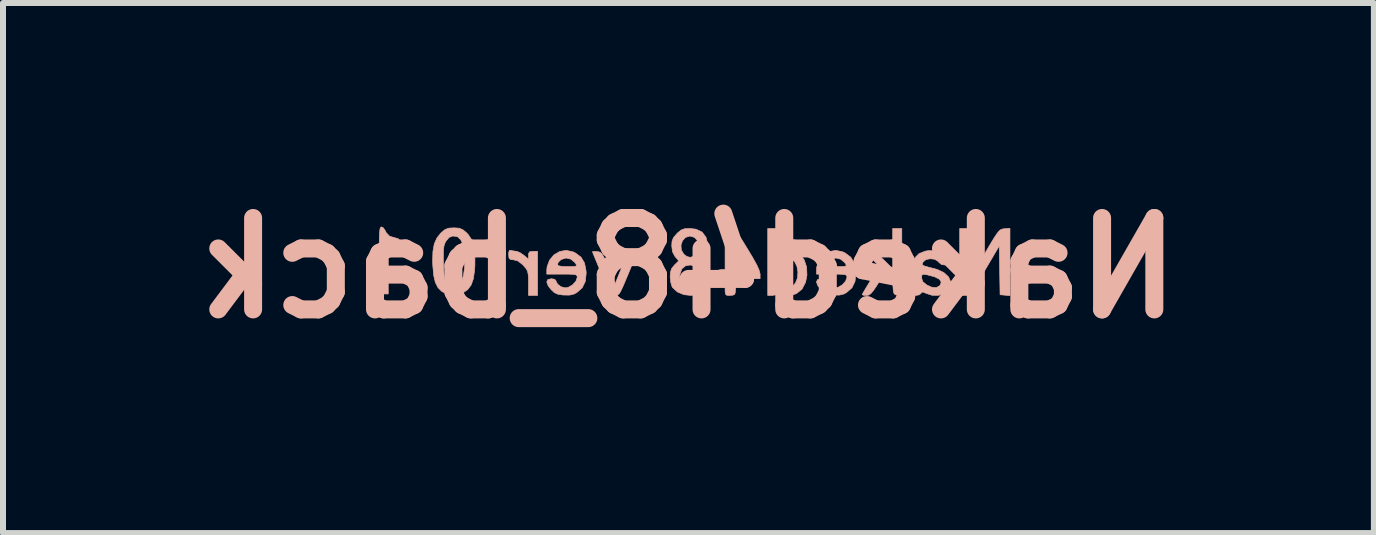
<source format=kicad_pcb>
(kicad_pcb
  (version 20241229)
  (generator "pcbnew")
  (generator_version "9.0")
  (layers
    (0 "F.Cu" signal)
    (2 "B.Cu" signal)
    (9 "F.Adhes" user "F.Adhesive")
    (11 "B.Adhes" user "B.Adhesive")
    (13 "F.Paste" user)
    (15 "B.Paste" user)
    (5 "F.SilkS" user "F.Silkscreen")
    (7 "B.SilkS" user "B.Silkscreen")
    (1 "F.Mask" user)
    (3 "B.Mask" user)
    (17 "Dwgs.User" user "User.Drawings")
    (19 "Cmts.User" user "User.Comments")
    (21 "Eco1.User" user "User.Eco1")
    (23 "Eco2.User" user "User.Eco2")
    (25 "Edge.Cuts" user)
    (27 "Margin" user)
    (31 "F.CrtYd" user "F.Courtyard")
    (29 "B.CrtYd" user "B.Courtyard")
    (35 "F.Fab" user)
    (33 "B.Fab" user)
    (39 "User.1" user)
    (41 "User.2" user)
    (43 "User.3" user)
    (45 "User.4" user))
  (footprint "Naked48_back"
    (layer "F.Cu")
    (at 8.426 1.418)
    (property "Reference" "Naked48_back" (at 0 0 180) (layer "B.SilkS") (effects (font (size 1.524 1.524) (thickness 0.3)) (justify mirror)))
    (attr through_hole)
    (fp_poly (pts (xy -4.543 0.283) (xy -4.567 0.306) (xy -4.572 0.362) (xy -4.572 0.368) (xy -4.568 0.428) (xy -4.546 0.452) (xy -4.49 0.457) (xy -4.483 0.457) (xy -4.424 0.453) (xy -4.399 0.431) (xy -4.394 0.375) (xy -4.394 0.368) (xy -4.398 0.309) (xy -4.42 0.284) (xy -4.476 0.279) (xy -4.483 0.279) (xy -4.543 0.283)) (stroke (width 0.01) (type solid)) (fill yes) (layer "B.SilkS"))
    (fp_poly (pts (xy -5.13 -0.68) (xy -5.14 -0.659) (xy -5.147 -0.617) (xy -5.152 -0.548) (xy -5.154 -0.445) (xy -5.156 -0.303) (xy -5.156 -0.127) (xy -5.156 0.432) (xy -5.004 0.432) (xy -5.004 -0.406) (xy -4.9 -0.406) (xy -4.834 -0.41) (xy -4.807 -0.425) (xy -4.805 -0.451) (xy -4.837 -0.489) (xy -4.89 -0.504) (xy -4.981 -0.53) (xy -5.039 -0.59) (xy -5.057 -0.628) (xy -5.088 -0.672) (xy -5.117 -0.686) (xy -5.13 -0.68)) (stroke (width 0.01) (type solid)) (fill yes) (layer "B.SilkS"))
    (fp_poly (pts (xy 5.268 -0.656) (xy 5.234 -0.651) (xy 5.206 -0.641) (xy 5.177 -0.618) (xy 5.143 -0.576) (xy 5.099 -0.51) (xy 5.04 -0.414) (xy 4.962 -0.281) (xy 4.944 -0.249) (xy 4.712 0.149) (xy 4.698 -0.66) (xy 4.521 -0.66) (xy 4.521 0.457) (xy 4.608 0.457) (xy 4.639 0.456) (xy 4.666 0.448) (xy 4.693 0.427) (xy 4.726 0.388) (xy 4.769 0.325) (xy 4.826 0.232) (xy 4.903 0.103) (xy 4.937 0.044) (xy 5.18 -0.368) (xy 5.194 0.445) (xy 5.359 0.46) (xy 5.359 -0.663) (xy 5.268 -0.656)) (stroke (width 0.01) (type solid)) (fill yes) (layer "B.SilkS"))
    (fp_poly (pts (xy -2.996 -0.26) (xy -2.997 -0.225) (xy -2.992 -0.167) (xy -2.968 -0.143) (xy -2.916 -0.137) (xy -2.843 -0.118) (xy -2.77 -0.061) (xy -2.751 -0.042) (xy -2.709 0.007) (xy -2.684 0.05) (xy -2.672 0.104) (xy -2.667 0.182) (xy -2.667 0.254) (xy -2.667 0.457) (xy -2.515 0.457) (xy -2.515 -0.279) (xy -2.591 -0.279) (xy -2.645 -0.273) (xy -2.665 -0.244) (xy -2.667 -0.214) (xy -2.667 -0.148) (xy -2.745 -0.214) (xy -2.807 -0.256) (xy -2.861 -0.278) (xy -2.87 -0.279) (xy -2.934 -0.288) (xy -2.957 -0.295) (xy -2.985 -0.295) (xy -2.996 -0.26)) (stroke (width 0.01) (type solid)) (fill yes) (layer "B.SilkS"))
    (fp_poly (pts (xy 3.404 0.011) (xy 3.257 -0.134) (xy 3.176 -0.21) (xy 3.117 -0.254) (xy 3.067 -0.275) (xy 3.023 -0.279) (xy 2.936 -0.279) (xy 3.058 -0.155) (xy 3.181 -0.03) (xy 3.038 0.201) (xy 2.98 0.296) (xy 2.933 0.375) (xy 2.903 0.427) (xy 2.896 0.444) (xy 2.918 0.454) (xy 2.965 0.457) (xy 3.003 0.451) (xy 3.039 0.427) (xy 3.082 0.377) (xy 3.138 0.294) (xy 3.157 0.263) (xy 3.279 0.07) (xy 3.34 0.127) (xy 3.382 0.183) (xy 3.404 0.26) (xy 3.409 0.314) (xy 3.415 0.391) (xy 3.429 0.431) (xy 3.458 0.448) (xy 3.486 0.453) (xy 3.556 0.461) (xy 3.556 -0.66) (xy 3.404 -0.66) (xy 3.404 0.011)) (stroke (width 0.01) (type solid)) (fill yes) (layer "B.SilkS"))
    (fp_poly (pts (xy 1.321 0.457) (xy 1.395 0.457) (xy 1.452 0.447) (xy 1.481 0.425) (xy 1.498 0.406) (xy 1.526 0.425) (xy 1.581 0.449) (xy 1.662 0.456) (xy 1.748 0.444) (xy 1.801 0.425) (xy 1.893 0.35) (xy 1.952 0.238) (xy 1.975 0.121) (xy 1.973 0.068) (xy 1.824 0.068) (xy 1.817 0.165) (xy 1.784 0.248) (xy 1.751 0.285) (xy 1.674 0.325) (xy 1.6 0.316) (xy 1.536 0.268) (xy 1.487 0.192) (xy 1.47 0.104) (xy 1.481 0.015) (xy 1.514 -0.067) (xy 1.566 -0.129) (xy 1.633 -0.162) (xy 1.709 -0.155) (xy 1.769 -0.107) (xy 1.808 -0.028) (xy 1.824 0.068) (xy 1.973 0.068) (xy 1.969 -0.018) (xy 1.929 -0.136) (xy 1.863 -0.226) (xy 1.776 -0.284) (xy 1.674 -0.303) (xy 1.564 -0.278) (xy 1.543 -0.268) (xy 1.473 -0.232) (xy 1.473 -0.66) (xy 1.321 -0.66) (xy 1.321 0.457)) (stroke (width 0.01) (type solid)) (fill yes) (layer "B.SilkS"))
    (fp_poly (pts (xy -0.974 -0.275) (xy -1.003 -0.256) (xy -1.03 -0.213) (xy -1.064 -0.135) (xy -1.08 -0.095) (xy -1.12 0.007) (xy -1.158 0.103) (xy -1.187 0.173) (xy -1.188 0.177) (xy -1.224 0.264) (xy -1.333 -0.001) (xy -1.381 -0.117) (xy -1.416 -0.193) (xy -1.444 -0.239) (xy -1.471 -0.262) (xy -1.502 -0.272) (xy -1.521 -0.275) (xy -1.575 -0.277) (xy -1.6 -0.273) (xy -1.6 -0.272) (xy -1.591 -0.246) (xy -1.565 -0.182) (xy -1.526 -0.088) (xy -1.478 0.028) (xy -1.451 0.092) (xy -1.394 0.227) (xy -1.35 0.323) (xy -1.318 0.387) (xy -1.291 0.424) (xy -1.266 0.443) (xy -1.238 0.451) (xy -1.228 0.452) (xy -1.199 0.453) (xy -1.175 0.446) (xy -1.151 0.423) (xy -1.125 0.378) (xy -1.09 0.303) (xy -1.043 0.192) (xy -1.008 0.109) (xy -0.957 -0.015) (xy -0.914 -0.122) (xy -0.882 -0.204) (xy -0.865 -0.252) (xy -0.863 -0.26) (xy -0.885 -0.274) (xy -0.936 -0.279) (xy -0.974 -0.275)) (stroke (width 0.01) (type solid)) (fill yes) (layer "B.SilkS"))
    (fp_poly (pts (xy 0.61 0.025) (xy 0.546 0.025) (xy 0.501 0.034) (xy 0.484 0.068) (xy 0.483 0.102) (xy 0.489 0.156) (xy 0.518 0.176) (xy 0.546 0.178) (xy 0.582 0.181) (xy 0.601 0.201) (xy 0.609 0.248) (xy 0.61 0.318) (xy 0.611 0.397) (xy 0.619 0.439) (xy 0.641 0.455) (xy 0.682 0.457) (xy 0.74 0.452) (xy 0.77 0.44) (xy 0.78 0.407) (xy 0.786 0.341) (xy 0.787 0.301) (xy 0.787 0.178) (xy 1.194 0.178) (xy 1.194 0.099) (xy 1.18 0.042) (xy 1.168 0.013) (xy 1.016 0.013) (xy 0.993 0.02) (xy 0.936 0.025) (xy 0.902 0.025) (xy 0.787 0.025) (xy 0.787 -0.169) (xy 0.789 -0.26) (xy 0.792 -0.325) (xy 0.796 -0.353) (xy 0.797 -0.353) (xy 0.817 -0.325) (xy 0.853 -0.267) (xy 0.898 -0.193) (xy 0.944 -0.115) (xy 0.984 -0.047) (xy 1.01 0.000248) (xy 1.016 0.013) (xy 1.168 0.013) (xy 1.14 -0.049) (xy 1.07 -0.176) (xy 0.984 -0.319) (xy 0.905 -0.448) (xy 0.846 -0.539) (xy 0.802 -0.6) (xy 0.769 -0.636) (xy 0.74 -0.654) (xy 0.71 -0.66) (xy 0.692 -0.66) (xy 0.61 -0.66) (xy 0.61 0.025)) (stroke (width 0.01) (type solid)) (fill yes) (layer "B.SilkS"))
    (fp_poly (pts (xy -3.997 -0.665) (xy -4.058 -0.642) (xy -4.119 -0.592) (xy -4.125 -0.587) (xy -4.192 -0.503) (xy -4.237 -0.403) (xy -4.26 -0.275) (xy -4.265 -0.112) (xy -4.262 -0.045) (xy -4.248 0.118) (xy -4.22 0.239) (xy -4.175 0.327) (xy -4.112 0.39) (xy -4.103 0.396) (xy -3.992 0.441) (xy -3.87 0.446) (xy -3.76 0.414) (xy -3.679 0.358) (xy -3.622 0.282) (xy -3.585 0.177) (xy -3.565 0.034) (xy -3.56 -0.044) (xy -3.56 -0.125) (xy -3.729 -0.125) (xy -3.734 0.008) (xy -3.751 0.125) (xy -3.779 0.212) (xy -3.784 0.222) (xy -3.847 0.287) (xy -3.921 0.306) (xy -3.997 0.28) (xy -4.028 0.251) (xy -4.05 0.219) (xy -4.066 0.173) (xy -4.075 0.104) (xy -4.081 0.000011) (xy -4.084 -0.085) (xy -4.086 -0.214) (xy -4.084 -0.303) (xy -4.076 -0.365) (xy -4.061 -0.412) (xy -4.04 -0.451) (xy -3.991 -0.51) (xy -3.935 -0.532) (xy -3.912 -0.533) (xy -3.849 -0.521) (xy -3.801 -0.476) (xy -3.784 -0.451) (xy -3.754 -0.37) (xy -3.736 -0.256) (xy -3.729 -0.125) (xy -3.56 -0.125) (xy -3.559 -0.223) (xy -3.576 -0.362) (xy -3.613 -0.471) (xy -3.672 -0.559) (xy -3.698 -0.587) (xy -3.761 -0.639) (xy -3.82 -0.664) (xy -3.903 -0.67) (xy -3.912 -0.67) (xy -3.997 -0.665)) (stroke (width 0.01) (type solid)) (fill yes) (layer "B.SilkS"))
    (fp_poly (pts (xy -2.149 -0.275) (xy -2.245 -0.218) (xy -2.317 -0.13) (xy -2.357 -0.02) (xy -2.362 0.037) (xy -2.362 0.102) (xy -2.108 0.102) (xy -1.993 0.102) (xy -1.919 0.106) (xy -1.877 0.113) (xy -1.859 0.127) (xy -1.854 0.15) (xy -1.854 0.154) (xy -1.876 0.219) (xy -1.932 0.28) (xy -2.003 0.321) (xy -2.052 0.33) (xy -2.122 0.313) (xy -2.18 0.27) (xy -2.209 0.217) (xy -2.21 0.208) (xy -2.232 0.187) (xy -2.285 0.178) (xy -2.286 0.178) (xy -2.345 0.192) (xy -2.362 0.233) (xy -2.339 0.295) (xy -2.29 0.359) (xy -2.237 0.409) (xy -2.179 0.436) (xy -2.095 0.449) (xy -2.081 0.45) (xy -1.981 0.451) (xy -1.907 0.433) (xy -1.862 0.409) (xy -1.771 0.329) (xy -1.72 0.224) (xy -1.705 0.088) (xy -1.707 0.047) (xy -1.726 -0.051) (xy -1.867 -0.051) (xy -1.87 -0.035) (xy -1.901 -0.027) (xy -1.971 -0.025) (xy -2.016 -0.025) (xy -2.11 -0.028) (xy -2.163 -0.037) (xy -2.183 -0.054) (xy -2.184 -0.063) (xy -2.165 -0.103) (xy -2.122 -0.142) (xy -2.042 -0.167) (xy -1.96 -0.148) (xy -1.891 -0.09) (xy -1.885 -0.081) (xy -1.867 -0.051) (xy -1.726 -0.051) (xy -1.733 -0.085) (xy -1.791 -0.182) (xy -1.889 -0.254) (xy -1.927 -0.271) (xy -2.04 -0.295) (xy -2.149 -0.275)) (stroke (width 0.01) (type solid)) (fill yes) (layer "B.SilkS"))
    (fp_poly (pts (xy 2.347 -0.275) (xy 2.251 -0.218) (xy 2.178 -0.13) (xy 2.138 -0.02) (xy 2.134 0.037) (xy 2.134 0.102) (xy 2.388 0.102) (xy 2.503 0.102) (xy 2.577 0.106) (xy 2.619 0.113) (xy 2.637 0.127) (xy 2.642 0.15) (xy 2.642 0.154) (xy 2.619 0.219) (xy 2.564 0.28) (xy 2.493 0.321) (xy 2.443 0.33) (xy 2.374 0.313) (xy 2.316 0.27) (xy 2.287 0.217) (xy 2.286 0.208) (xy 2.264 0.187) (xy 2.211 0.178) (xy 2.21 0.178) (xy 2.151 0.192) (xy 2.133 0.233) (xy 2.157 0.295) (xy 2.206 0.359) (xy 2.259 0.409) (xy 2.317 0.436) (xy 2.401 0.449) (xy 2.415 0.45) (xy 2.515 0.451) (xy 2.589 0.433) (xy 2.634 0.409) (xy 2.725 0.329) (xy 2.776 0.224) (xy 2.791 0.088) (xy 2.789 0.047) (xy 2.77 -0.051) (xy 2.629 -0.051) (xy 2.626 -0.035) (xy 2.594 -0.027) (xy 2.525 -0.025) (xy 2.48 -0.025) (xy 2.386 -0.028) (xy 2.333 -0.037) (xy 2.313 -0.054) (xy 2.311 -0.063) (xy 2.331 -0.103) (xy 2.374 -0.142) (xy 2.454 -0.167) (xy 2.536 -0.148) (xy 2.605 -0.09) (xy 2.611 -0.081) (xy 2.629 -0.051) (xy 2.77 -0.051) (xy 2.763 -0.085) (xy 2.704 -0.182) (xy 2.607 -0.254) (xy 2.569 -0.271) (xy 2.456 -0.295) (xy 2.347 -0.275)) (stroke (width 0.01) (type solid)) (fill yes) (layer "B.SilkS"))
    (fp_poly (pts (xy 3.941 -0.28) (xy 3.845 -0.242) (xy 3.785 -0.183) (xy 3.752 -0.092) (xy 3.742 0.001) (xy 3.736 0.119) (xy 3.729 0.248) (xy 3.726 0.305) (xy 3.718 0.457) (xy 3.79 0.457) (xy 3.847 0.446) (xy 3.876 0.422) (xy 3.893 0.4) (xy 3.926 0.406) (xy 3.958 0.421) (xy 4.06 0.454) (xy 4.168 0.455) (xy 4.264 0.426) (xy 4.306 0.395) (xy 4.362 0.312) (xy 4.369 0.234) (xy 4.213 0.234) (xy 4.194 0.288) (xy 4.191 0.292) (xy 4.132 0.326) (xy 4.05 0.318) (xy 3.969 0.28) (xy 3.907 0.228) (xy 3.886 0.168) (xy 3.886 0.163) (xy 3.89 0.119) (xy 3.912 0.105) (xy 3.967 0.111) (xy 3.978 0.113) (xy 4.104 0.146) (xy 4.183 0.186) (xy 4.213 0.234) (xy 4.369 0.234) (xy 4.37 0.227) (xy 4.335 0.147) (xy 4.259 0.077) (xy 4.147 0.023) (xy 4.102 0.011) (xy 3.997 -0.016) (xy 3.934 -0.034) (xy 3.902 -0.05) (xy 3.896 -0.067) (xy 3.906 -0.09) (xy 3.911 -0.101) (xy 3.957 -0.14) (xy 4.027 -0.155) (xy 4.101 -0.147) (xy 4.156 -0.115) (xy 4.166 -0.102) (xy 4.216 -0.059) (xy 4.268 -0.051) (xy 4.321 -0.055) (xy 4.339 -0.074) (xy 4.324 -0.117) (xy 4.294 -0.17) (xy 4.22 -0.245) (xy 4.117 -0.286) (xy 3.998 -0.291) (xy 3.941 -0.28)) (stroke (width 0.01) (type solid)) (fill yes) (layer "B.SilkS"))
    (fp_poly (pts (xy -0.062 -0.656) (xy -0.121 -0.635) (xy -0.179 -0.588) (xy -0.193 -0.574) (xy -0.249 -0.509) (xy -0.274 -0.448) (xy -0.279 -0.372) (xy -0.267 -0.272) (xy -0.227 -0.196) (xy -0.221 -0.189) (xy -0.162 -0.121) (xy -0.234 -0.05) (xy -0.28 0.007) (xy -0.301 0.071) (xy -0.305 0.145) (xy -0.296 0.236) (xy -0.274 0.31) (xy -0.265 0.325) (xy -0.184 0.399) (xy -0.076 0.444) (xy 0.045 0.457) (xy 0.163 0.435) (xy 0.221 0.408) (xy 0.297 0.347) (xy 0.34 0.274) (xy 0.355 0.173) (xy 0.356 0.139) (xy 0.352 0.1) (xy 0.199 0.1) (xy 0.193 0.183) (xy 0.147 0.261) (xy 0.141 0.268) (xy 0.066 0.32) (xy -0.008 0.322) (xy -0.085 0.273) (xy -0.093 0.265) (xy -0.137 0.209) (xy -0.148 0.151) (xy -0.143 0.106) (xy -0.111 0.014) (xy -0.049 -0.037) (xy 0.03 -0.051) (xy 0.114 -0.03) (xy 0.172 0.025) (xy 0.199 0.1) (xy 0.352 0.1) (xy 0.348 0.053) (xy 0.32 -0.009) (xy 0.284 -0.05) (xy 0.213 -0.121) (xy 0.275 -0.192) (xy 0.312 -0.245) (xy 0.327 -0.301) (xy 0.324 -0.382) (xy 0.176 -0.382) (xy 0.17 -0.301) (xy 0.128 -0.23) (xy 0.127 -0.229) (xy 0.072 -0.191) (xy 0.025 -0.178) (xy -0.03 -0.195) (xy -0.076 -0.229) (xy -0.119 -0.3) (xy -0.125 -0.38) (xy -0.1 -0.455) (xy -0.049 -0.511) (xy 0.024 -0.533) (xy 0.025 -0.533) (xy 0.099 -0.512) (xy 0.15 -0.456) (xy 0.176 -0.382) (xy 0.324 -0.382) (xy 0.324 -0.382) (xy 0.324 -0.39) (xy 0.292 -0.514) (xy 0.227 -0.6) (xy 0.126 -0.648) (xy 0.022 -0.66) (xy -0.062 -0.656)) (stroke (width 0.01) (type solid)) (fill yes) (layer "B.SilkS")))
  (gr_rect
    (start -3 -3)
    (end 19.851 5.836)
    (stroke (width 0.1) (type default))
    (fill no)
    (layer "Edge.Cuts")))
</source>
